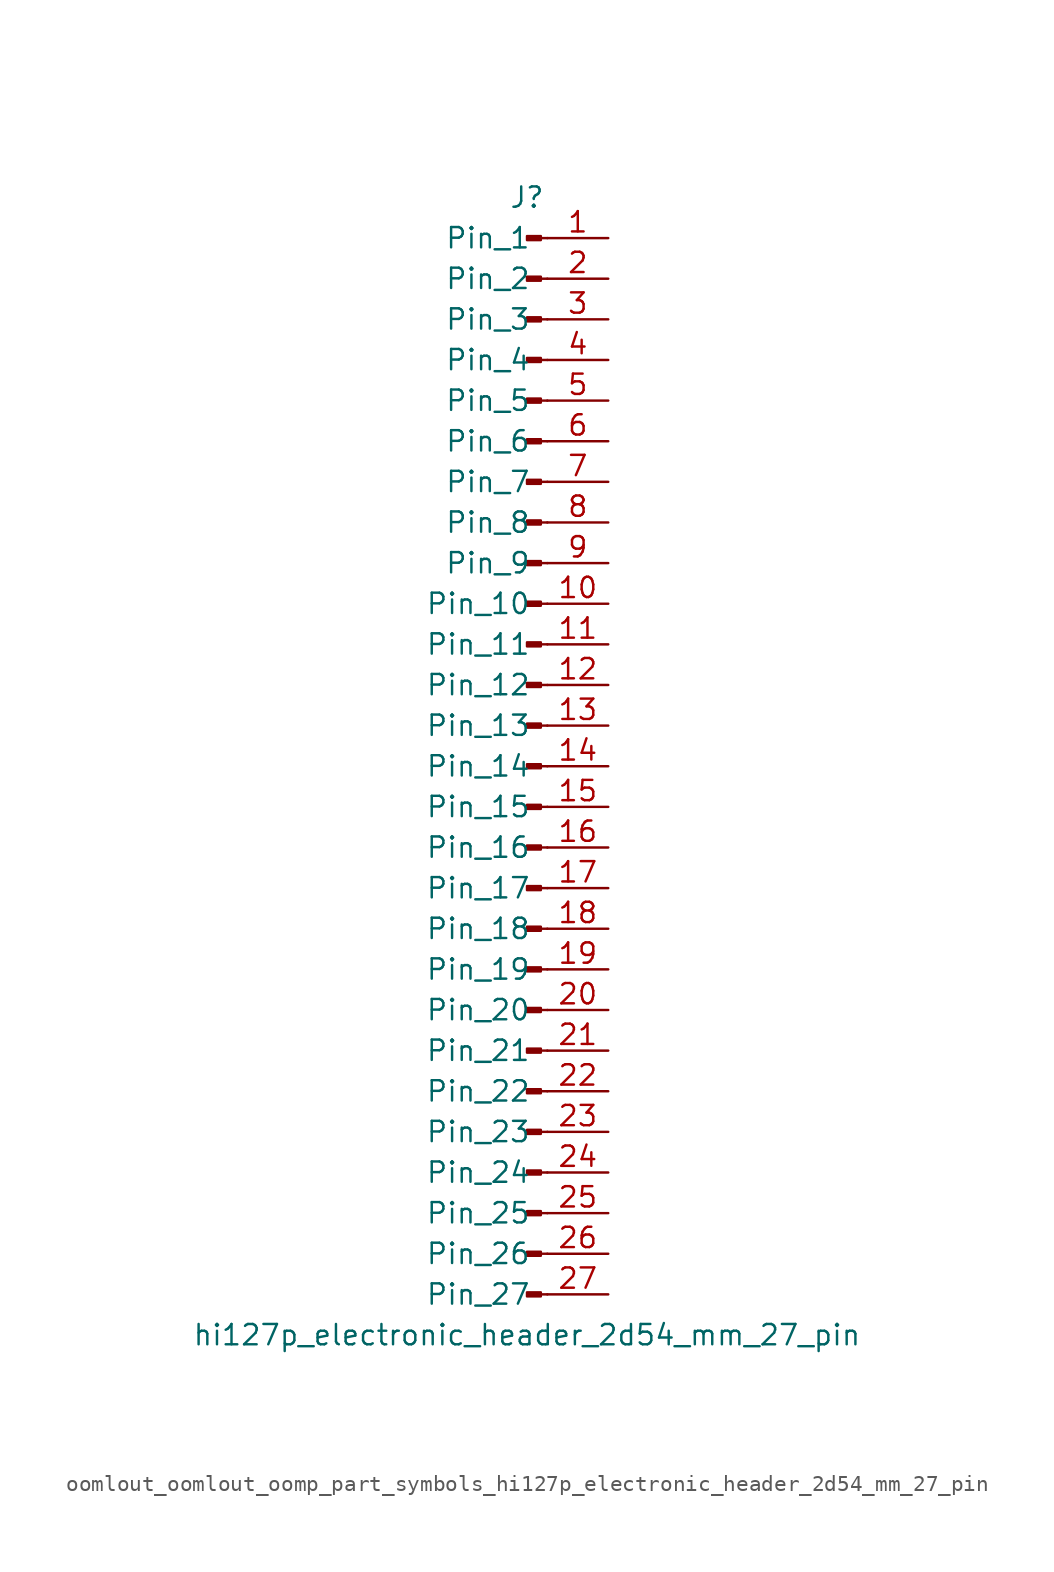
<source format=kicad_sym>
(kicad_symbol_lib
  (version 20220914)
  (generator kicad_symbol_editor)
  (symbol "oomlout_oomlout_oomp_part_symbols_hi127p_electronic_header_2d54_mm_27_pin"
    (pin_names
      (offset 1.016))
    (property "Reference" "J"
      (at 0 35.56 0)
      (effects (font (size 1.27 1.27))))
    (property "Value" "hi127p_electronic_header_2d54_mm_27_pin"
      (at 0 -35.56 0)
      (effects (font (size 1.27 1.27))))
    (property "ki_locked" ""
      (at 0 0 0)
      (effects (font (size 1.27 1.27))))
    (symbol "oomlout_oomlout_oomp_part_symbols_hi127p_electronic_header_2d54_mm_27_pin_1_1"
      (polyline (pts (xy 1.27 -33.02) (xy 0.864 -33.02)) (stroke (width 0.152) (type default)) (fill (type none)))
      (polyline (pts (xy 1.27 -30.48) (xy 0.864 -30.48)) (stroke (width 0.152) (type default)) (fill (type none)))
      (polyline (pts (xy 1.27 -27.94) (xy 0.864 -27.94)) (stroke (width 0.152) (type default)) (fill (type none)))
      (polyline (pts (xy 1.27 -25.4) (xy 0.864 -25.4)) (stroke (width 0.152) (type default)) (fill (type none)))
      (polyline (pts (xy 1.27 -22.86) (xy 0.864 -22.86)) (stroke (width 0.152) (type default)) (fill (type none)))
      (polyline (pts (xy 1.27 -20.32) (xy 0.864 -20.32)) (stroke (width 0.152) (type default)) (fill (type none)))
      (polyline (pts (xy 1.27 -17.78) (xy 0.864 -17.78)) (stroke (width 0.152) (type default)) (fill (type none)))
      (polyline (pts (xy 1.27 -15.24) (xy 0.864 -15.24)) (stroke (width 0.152) (type default)) (fill (type none)))
      (polyline (pts (xy 1.27 -12.7) (xy 0.864 -12.7)) (stroke (width 0.152) (type default)) (fill (type none)))
      (polyline (pts (xy 1.27 -10.16) (xy 0.864 -10.16)) (stroke (width 0.152) (type default)) (fill (type none)))
      (polyline (pts (xy 1.27 -7.62) (xy 0.864 -7.62)) (stroke (width 0.152) (type default)) (fill (type none)))
      (polyline (pts (xy 1.27 -5.08) (xy 0.864 -5.08)) (stroke (width 0.152) (type default)) (fill (type none)))
      (polyline (pts (xy 1.27 -2.54) (xy 0.864 -2.54)) (stroke (width 0.152) (type default)) (fill (type none)))
      (polyline (pts (xy 1.27 0) (xy 0.864 0)) (stroke (width 0.152) (type default)) (fill (type none)))
      (polyline (pts (xy 1.27 2.54) (xy 0.864 2.54)) (stroke (width 0.152) (type default)) (fill (type none)))
      (polyline (pts (xy 1.27 5.08) (xy 0.864 5.08)) (stroke (width 0.152) (type default)) (fill (type none)))
      (polyline (pts (xy 1.27 7.62) (xy 0.864 7.62)) (stroke (width 0.152) (type default)) (fill (type none)))
      (polyline (pts (xy 1.27 10.16) (xy 0.864 10.16)) (stroke (width 0.152) (type default)) (fill (type none)))
      (polyline (pts (xy 1.27 12.7) (xy 0.864 12.7)) (stroke (width 0.152) (type default)) (fill (type none)))
      (polyline (pts (xy 1.27 15.24) (xy 0.864 15.24)) (stroke (width 0.152) (type default)) (fill (type none)))
      (polyline (pts (xy 1.27 17.78) (xy 0.864 17.78)) (stroke (width 0.152) (type default)) (fill (type none)))
      (polyline (pts (xy 1.27 20.32) (xy 0.864 20.32)) (stroke (width 0.152) (type default)) (fill (type none)))
      (polyline (pts (xy 1.27 22.86) (xy 0.864 22.86)) (stroke (width 0.152) (type default)) (fill (type none)))
      (polyline (pts (xy 1.27 25.4) (xy 0.864 25.4)) (stroke (width 0.152) (type default)) (fill (type none)))
      (polyline (pts (xy 1.27 27.94) (xy 0.864 27.94)) (stroke (width 0.152) (type default)) (fill (type none)))
      (polyline (pts (xy 1.27 30.48) (xy 0.864 30.48)) (stroke (width 0.152) (type default)) (fill (type none)))
      (polyline (pts (xy 1.27 33.02) (xy 0.864 33.02)) (stroke (width 0.152) (type default)) (fill (type none)))
      (rectangle (start 0.864 -32.893) (end 0 -33.147) (stroke (width 0.152) (type default)) (fill (type outline)))
      (rectangle (start 0.864 -30.353) (end 0 -30.607) (stroke (width 0.152) (type default)) (fill (type outline)))
      (rectangle (start 0.864 -27.813) (end 0 -28.067) (stroke (width 0.152) (type default)) (fill (type outline)))
      (rectangle (start 0.864 -25.273) (end 0 -25.527) (stroke (width 0.152) (type default)) (fill (type outline)))
      (rectangle (start 0.864 -22.733) (end 0 -22.987) (stroke (width 0.152) (type default)) (fill (type outline)))
      (rectangle (start 0.864 -20.193) (end 0 -20.447) (stroke (width 0.152) (type default)) (fill (type outline)))
      (rectangle (start 0.864 -17.653) (end 0 -17.907) (stroke (width 0.152) (type default)) (fill (type outline)))
      (rectangle (start 0.864 -15.113) (end 0 -15.367) (stroke (width 0.152) (type default)) (fill (type outline)))
      (rectangle (start 0.864 -12.573) (end 0 -12.827) (stroke (width 0.152) (type default)) (fill (type outline)))
      (rectangle (start 0.864 -10.033) (end 0 -10.287) (stroke (width 0.152) (type default)) (fill (type outline)))
      (rectangle (start 0.864 -7.493) (end 0 -7.747) (stroke (width 0.152) (type default)) (fill (type outline)))
      (rectangle (start 0.864 -4.953) (end 0 -5.207) (stroke (width 0.152) (type default)) (fill (type outline)))
      (rectangle (start 0.864 -2.413) (end 0 -2.667) (stroke (width 0.152) (type default)) (fill (type outline)))
      (rectangle (start 0.864 0.127) (end 0 -0.127) (stroke (width 0.152) (type default)) (fill (type outline)))
      (rectangle (start 0.864 2.667) (end 0 2.413) (stroke (width 0.152) (type default)) (fill (type outline)))
      (rectangle (start 0.864 5.207) (end 0 4.953) (stroke (width 0.152) (type default)) (fill (type outline)))
      (rectangle (start 0.864 7.747) (end 0 7.493) (stroke (width 0.152) (type default)) (fill (type outline)))
      (rectangle (start 0.864 10.287) (end 0 10.033) (stroke (width 0.152) (type default)) (fill (type outline)))
      (rectangle (start 0.864 12.827) (end 0 12.573) (stroke (width 0.152) (type default)) (fill (type outline)))
      (rectangle (start 0.864 15.367) (end 0 15.113) (stroke (width 0.152) (type default)) (fill (type outline)))
      (rectangle (start 0.864 17.907) (end 0 17.653) (stroke (width 0.152) (type default)) (fill (type outline)))
      (rectangle (start 0.864 20.447) (end 0 20.193) (stroke (width 0.152) (type default)) (fill (type outline)))
      (rectangle (start 0.864 22.987) (end 0 22.733) (stroke (width 0.152) (type default)) (fill (type outline)))
      (rectangle (start 0.864 25.527) (end 0 25.273) (stroke (width 0.152) (type default)) (fill (type outline)))
      (rectangle (start 0.864 28.067) (end 0 27.813) (stroke (width 0.152) (type default)) (fill (type outline)))
      (rectangle (start 0.864 30.607) (end 0 30.353) (stroke (width 0.152) (type default)) (fill (type outline)))
      (rectangle (start 0.864 33.147) (end 0 32.893) (stroke (width 0.152) (type default)) (fill (type outline)))
      (pin passive line (at 5.08 33.02 180) (length 3.81) (name "Pin_1" (effects (font (size 1.27 1.27)))) (number "1" (effects (font (size 1.27 1.27)))))
      (pin passive line (at 5.08 10.16 180) (length 3.81) (name "Pin_10" (effects (font (size 1.27 1.27)))) (number "10" (effects (font (size 1.27 1.27)))))
      (pin passive line (at 5.08 7.62 180) (length 3.81) (name "Pin_11" (effects (font (size 1.27 1.27)))) (number "11" (effects (font (size 1.27 1.27)))))
      (pin passive line (at 5.08 5.08 180) (length 3.81) (name "Pin_12" (effects (font (size 1.27 1.27)))) (number "12" (effects (font (size 1.27 1.27)))))
      (pin passive line (at 5.08 2.54 180) (length 3.81) (name "Pin_13" (effects (font (size 1.27 1.27)))) (number "13" (effects (font (size 1.27 1.27)))))
      (pin passive line (at 5.08 0 180) (length 3.81) (name "Pin_14" (effects (font (size 1.27 1.27)))) (number "14" (effects (font (size 1.27 1.27)))))
      (pin passive line (at 5.08 -2.54 180) (length 3.81) (name "Pin_15" (effects (font (size 1.27 1.27)))) (number "15" (effects (font (size 1.27 1.27)))))
      (pin passive line (at 5.08 -5.08 180) (length 3.81) (name "Pin_16" (effects (font (size 1.27 1.27)))) (number "16" (effects (font (size 1.27 1.27)))))
      (pin passive line (at 5.08 -7.62 180) (length 3.81) (name "Pin_17" (effects (font (size 1.27 1.27)))) (number "17" (effects (font (size 1.27 1.27)))))
      (pin passive line (at 5.08 -10.16 180) (length 3.81) (name "Pin_18" (effects (font (size 1.27 1.27)))) (number "18" (effects (font (size 1.27 1.27)))))
      (pin passive line (at 5.08 -12.7 180) (length 3.81) (name "Pin_19" (effects (font (size 1.27 1.27)))) (number "19" (effects (font (size 1.27 1.27)))))
      (pin passive line (at 5.08 30.48 180) (length 3.81) (name "Pin_2" (effects (font (size 1.27 1.27)))) (number "2" (effects (font (size 1.27 1.27)))))
      (pin passive line (at 5.08 -15.24 180) (length 3.81) (name "Pin_20" (effects (font (size 1.27 1.27)))) (number "20" (effects (font (size 1.27 1.27)))))
      (pin passive line (at 5.08 -17.78 180) (length 3.81) (name "Pin_21" (effects (font (size 1.27 1.27)))) (number "21" (effects (font (size 1.27 1.27)))))
      (pin passive line (at 5.08 -20.32 180) (length 3.81) (name "Pin_22" (effects (font (size 1.27 1.27)))) (number "22" (effects (font (size 1.27 1.27)))))
      (pin passive line (at 5.08 -22.86 180) (length 3.81) (name "Pin_23" (effects (font (size 1.27 1.27)))) (number "23" (effects (font (size 1.27 1.27)))))
      (pin passive line (at 5.08 -25.4 180) (length 3.81) (name "Pin_24" (effects (font (size 1.27 1.27)))) (number "24" (effects (font (size 1.27 1.27)))))
      (pin passive line (at 5.08 -27.94 180) (length 3.81) (name "Pin_25" (effects (font (size 1.27 1.27)))) (number "25" (effects (font (size 1.27 1.27)))))
      (pin passive line (at 5.08 -30.48 180) (length 3.81) (name "Pin_26" (effects (font (size 1.27 1.27)))) (number "26" (effects (font (size 1.27 1.27)))))
      (pin passive line (at 5.08 -33.02 180) (length 3.81) (name "Pin_27" (effects (font (size 1.27 1.27)))) (number "27" (effects (font (size 1.27 1.27)))))
      (pin passive line (at 5.08 27.94 180) (length 3.81) (name "Pin_3" (effects (font (size 1.27 1.27)))) (number "3" (effects (font (size 1.27 1.27)))))
      (pin passive line (at 5.08 25.4 180) (length 3.81) (name "Pin_4" (effects (font (size 1.27 1.27)))) (number "4" (effects (font (size 1.27 1.27)))))
      (pin passive line (at 5.08 22.86 180) (length 3.81) (name "Pin_5" (effects (font (size 1.27 1.27)))) (number "5" (effects (font (size 1.27 1.27)))))
      (pin passive line (at 5.08 20.32 180) (length 3.81) (name "Pin_6" (effects (font (size 1.27 1.27)))) (number "6" (effects (font (size 1.27 1.27)))))
      (pin passive line (at 5.08 17.78 180) (length 3.81) (name "Pin_7" (effects (font (size 1.27 1.27)))) (number "7" (effects (font (size 1.27 1.27)))))
      (pin passive line (at 5.08 15.24 180) (length 3.81) (name "Pin_8" (effects (font (size 1.27 1.27)))) (number "8" (effects (font (size 1.27 1.27)))))
      (pin passive line (at 5.08 12.7 180) (length 3.81) (name "Pin_9" (effects (font (size 1.27 1.27)))) (number "9" (effects (font (size 1.27 1.27))))))))
</source>
